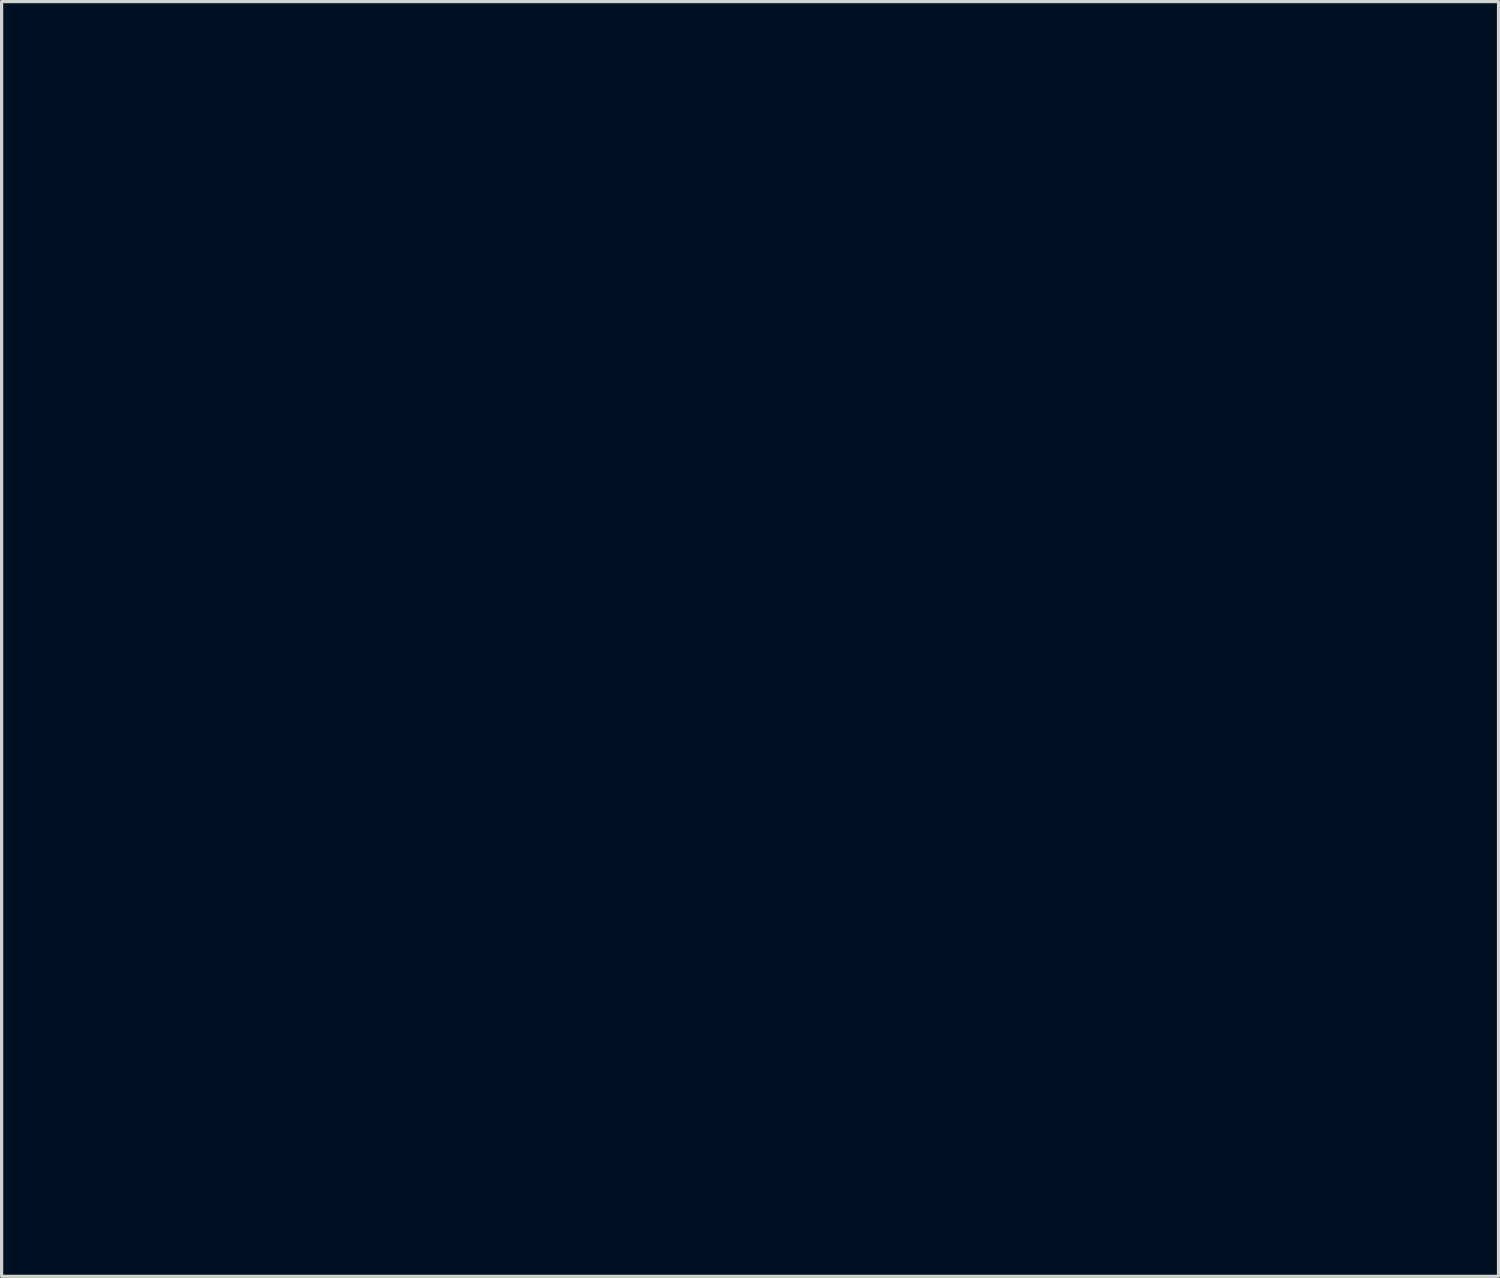
<source format=kicad_pcb>
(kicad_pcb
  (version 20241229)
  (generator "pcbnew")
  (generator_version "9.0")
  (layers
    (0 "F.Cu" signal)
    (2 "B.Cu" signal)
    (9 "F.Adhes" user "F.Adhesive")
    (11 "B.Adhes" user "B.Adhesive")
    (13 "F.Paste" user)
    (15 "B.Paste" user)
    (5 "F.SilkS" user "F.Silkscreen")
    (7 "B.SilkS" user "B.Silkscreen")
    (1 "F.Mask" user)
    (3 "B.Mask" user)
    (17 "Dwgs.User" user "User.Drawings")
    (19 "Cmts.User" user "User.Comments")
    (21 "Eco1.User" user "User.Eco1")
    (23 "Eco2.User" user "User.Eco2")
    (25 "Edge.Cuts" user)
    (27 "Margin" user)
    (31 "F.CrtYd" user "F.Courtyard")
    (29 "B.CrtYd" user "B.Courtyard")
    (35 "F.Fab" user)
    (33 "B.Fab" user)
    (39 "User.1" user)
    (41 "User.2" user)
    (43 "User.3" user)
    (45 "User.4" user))
  (footprint "SPIvSPI_SAO_Black_Mask_Knockout"
    (layer "F.Cu")
    (at 20.218 16.691)
    (property "Reference" "SPIvSPI_SAO_Black_Mask_Knockout" (at 0 0 0) (layer "F.Mask") (effects (font (size 1.524 1.524) (thickness 0.3))))
    (attr through_hole)
    (fp_poly (pts (xy -9.376 -13.108) (xy -9.095 -12.961) (xy -8.778 -12.769) (xy -8.458 -12.552) (xy -8.168 -12.329) (xy -8.037 -12.215) (xy -7.6 -11.739) (xy -7.319 -11.27) (xy -7.201 -10.816) (xy -7.197 -10.72) (xy -7.224 -10.45) (xy -7.294 -10.224) (xy -7.387 -10.093) (xy -7.432 -10.079) (xy -7.512 -10.142) (xy -7.661 -10.304) (xy -7.83 -10.509) (xy -8.054 -10.762) (xy -8.321 -11.019) (xy -8.595 -11.249) (xy -8.838 -11.423) (xy -9.015 -11.51) (xy -9.047 -11.515) (xy -9.147 -11.583) (xy -9.257 -11.746) (xy -9.257 -11.748) (xy -9.363 -11.988) (xy -9.474 -12.287) (xy -9.576 -12.6) (xy -9.656 -12.884) (xy -9.7 -13.096) (xy -9.698 -13.19) (xy -9.588 -13.191) (xy -9.376 -13.108)) (stroke (width 0.01) (type solid)) (fill yes) (layer "F.Mask"))
    (fp_poly (pts (xy -13.365 -12.13) (xy -13.145 -12.077) (xy -12.826 -11.99) (xy -12.439 -11.878) (xy -12.364 -11.856) (xy -11.928 -11.723) (xy -11.619 -11.618) (xy -11.399 -11.523) (xy -11.232 -11.416) (xy -11.081 -11.28) (xy -10.91 -11.095) (xy -10.902 -11.086) (xy -10.575 -10.674) (xy -10.314 -10.253) (xy -10.141 -9.862) (xy -10.076 -9.54) (xy -10.076 -9.53) (xy -10.123 -9.26) (xy -10.244 -9.001) (xy -10.405 -8.804) (xy -10.576 -8.721) (xy -10.585 -8.721) (xy -10.732 -8.779) (xy -10.942 -8.93) (xy -11.152 -9.123) (xy -11.407 -9.398) (xy -11.701 -9.738) (xy -12.018 -10.121) (xy -12.34 -10.525) (xy -12.651 -10.927) (xy -12.934 -11.306) (xy -13.171 -11.639) (xy -13.347 -11.905) (xy -13.444 -12.08) (xy -13.454 -12.141) (xy -13.365 -12.13)) (stroke (width 0.01) (type solid)) (fill yes) (layer "F.Mask"))
    (fp_poly (pts (xy 5.74 -11.645) (xy 5.705 -11.567) (xy 5.585 -11.379) (xy 5.393 -11.102) (xy 5.148 -10.763) (xy 4.97 -10.522) (xy 4.16 -9.44) (xy 4.937 -9.398) (xy 5.715 -9.356) (xy 3.175 -8.317) (xy 2.453 -8.023) (xy 1.873 -7.787) (xy 1.419 -7.605) (xy 1.076 -7.47) (xy 0.83 -7.377) (xy 0.665 -7.32) (xy 0.567 -7.294) (xy 0.519 -7.293) (xy 0.508 -7.309) (xy 0.569 -7.37) (xy 0.74 -7.524) (xy 1.002 -7.755) (xy 1.335 -8.045) (xy 1.722 -8.379) (xy 1.832 -8.473) (xy 3.156 -9.61) (xy 1.566 -9.697) (xy 2.032 -9.92) (xy 2.252 -10.025) (xy 2.593 -10.189) (xy 3.023 -10.396) (xy 3.51 -10.631) (xy 4.022 -10.877) (xy 4.098 -10.914) (xy 4.576 -11.142) (xy 5.001 -11.339) (xy 5.35 -11.495) (xy 5.6 -11.601) (xy 5.728 -11.645) (xy 5.74 -11.645)) (stroke (width 0.01) (type solid)) (fill yes) (layer "F.Mask"))
    (fp_poly (pts (xy -2.686 0.444) (xy -2.642 0.519) (xy -2.669 0.666) (xy -2.773 0.903) (xy -2.961 1.248) (xy -3.174 1.613) (xy -3.375 1.962) (xy -3.601 2.367) (xy -3.836 2.8) (xy -4.067 3.234) (xy -4.278 3.642) (xy -4.455 3.995) (xy -4.584 4.266) (xy -4.651 4.427) (xy -4.657 4.454) (xy -4.577 4.471) (xy -4.357 4.482) (xy -4.026 4.485) (xy -3.612 4.482) (xy -3.368 4.477) (xy -2.08 4.445) (xy -2.002 4.666) (xy -1.963 4.997) (xy -2.073 5.295) (xy -2.262 5.481) (xy -2.395 5.547) (xy -2.579 5.592) (xy -2.846 5.621) (xy -3.229 5.637) (xy -3.552 5.643) (xy -3.984 5.645) (xy -4.376 5.641) (xy -4.685 5.632) (xy -4.868 5.618) (xy -4.868 5.618) (xy -5.286 5.514) (xy -5.563 5.332) (xy -5.714 5.057) (xy -5.757 4.694) (xy -5.712 4.458) (xy -5.584 4.108) (xy -5.387 3.671) (xy -5.134 3.173) (xy -4.838 2.639) (xy -4.513 2.096) (xy -4.234 1.664) (xy -3.874 1.16) (xy -3.56 0.799) (xy -3.273 0.566) (xy -2.998 0.447) (xy -2.797 0.423) (xy -2.686 0.444)) (stroke (width 0.01) (type solid)) (fill yes) (layer "F.Mask"))
    (fp_poly (pts (xy 2.184 -16.671) (xy 2.371 -16.578) (xy 2.652 -16.422) (xy 3.004 -16.216) (xy 3.239 -16.073) (xy 3.745 -15.762) (xy 4.328 -15.404) (xy 4.922 -15.04) (xy 5.459 -14.711) (xy 5.535 -14.665) (xy 6.024 -14.358) (xy 6.365 -14.126) (xy 6.557 -13.97) (xy 6.6 -13.89) (xy 6.593 -13.885) (xy 6.456 -13.834) (xy 6.208 -13.757) (xy 5.905 -13.673) (xy 5.623 -13.591) (xy 5.419 -13.519) (xy 5.334 -13.471) (xy 5.334 -13.469) (xy 5.377 -13.372) (xy 5.484 -13.192) (xy 5.53 -13.122) (xy 5.788 -12.724) (xy 5.952 -12.449) (xy 6.029 -12.28) (xy 6.026 -12.206) (xy 5.997 -12.199) (xy 5.893 -12.243) (xy 5.668 -12.363) (xy 5.348 -12.544) (xy 4.956 -12.773) (xy 4.516 -13.036) (xy 4.469 -13.065) (xy 4.037 -13.332) (xy 3.665 -13.571) (xy 3.373 -13.768) (xy 3.182 -13.91) (xy 3.113 -13.981) (xy 3.114 -13.985) (xy 3.224 -14.02) (xy 3.453 -14.051) (xy 3.74 -14.072) (xy 4.304 -14.097) (xy 3.21 -15.353) (xy 2.874 -15.743) (xy 2.58 -16.091) (xy 2.344 -16.378) (xy 2.184 -16.581) (xy 2.118 -16.681) (xy 2.117 -16.686) (xy 2.184 -16.671)) (stroke (width 0.01) (type solid)) (fill yes) (layer "F.Mask"))
    (fp_poly (pts (xy 9.761 1.171) (xy 9.886 1.369) (xy 9.906 1.533) (xy 9.886 1.669) (xy 9.829 1.947) (xy 9.74 2.347) (xy 9.625 2.847) (xy 9.487 3.425) (xy 9.332 4.06) (xy 9.234 4.458) (xy 8.561 7.154) (xy 8.81 7.351) (xy 8.998 7.58) (xy 9.07 7.845) (xy 9.04 8.11) (xy 8.924 8.339) (xy 8.736 8.495) (xy 8.492 8.541) (xy 8.34 8.507) (xy 8.225 8.47) (xy 7.99 8.398) (xy 7.676 8.303) (xy 7.514 8.255) (xy 7.093 8.115) (xy 6.818 7.983) (xy 6.669 7.835) (xy 6.626 7.649) (xy 6.668 7.404) (xy 6.682 7.355) (xy 6.836 7.051) (xy 7.069 6.895) (xy 7.367 6.888) (xy 7.601 6.935) (xy 8.076 5.035) (xy 8.211 4.493) (xy 8.331 4.008) (xy 8.431 3.602) (xy 8.504 3.3) (xy 8.545 3.125) (xy 8.551 3.092) (xy 8.478 3.06) (xy 8.311 3.048) (xy 8.09 2.977) (xy 7.943 2.791) (xy 7.88 2.537) (xy 7.913 2.257) (xy 8.04 2.013) (xy 8.204 1.856) (xy 8.459 1.666) (xy 8.763 1.468) (xy 9.071 1.29) (xy 9.338 1.159) (xy 9.521 1.101) (xy 9.534 1.101) (xy 9.761 1.171)) (stroke (width 0.01) (type solid)) (fill yes) (layer "F.Mask"))
    (fp_poly (pts (xy 12.188 -15.461) (xy 12.192 -15.433) (xy 12.139 -15.353) (xy 11.99 -15.166) (xy 11.762 -14.891) (xy 11.472 -14.547) (xy 11.137 -14.153) (xy 10.773 -13.729) (xy 10.397 -13.295) (xy 10.025 -12.868) (xy 9.675 -12.469) (xy 9.363 -12.118) (xy 9.106 -11.832) (xy 8.921 -11.632) (xy 8.824 -11.537) (xy 8.816 -11.532) (xy 8.775 -11.599) (xy 8.728 -11.797) (xy 8.683 -12.09) (xy 8.668 -12.228) (xy 8.594 -12.948) (xy 7.973 -12.477) (xy 7.699 -12.276) (xy 7.478 -12.126) (xy 7.343 -12.048) (xy 7.317 -12.043) (xy 7.345 -12.124) (xy 7.444 -12.332) (xy 7.602 -12.643) (xy 7.808 -13.037) (xy 8.051 -13.49) (xy 8.144 -13.662) (xy 8.431 -14.179) (xy 8.674 -14.598) (xy 8.866 -14.907) (xy 8.998 -15.092) (xy 9.062 -15.14) (xy 9.065 -15.137) (xy 9.103 -15.007) (xy 9.154 -14.756) (xy 9.21 -14.43) (xy 9.229 -14.309) (xy 9.281 -13.975) (xy 9.328 -13.708) (xy 9.363 -13.55) (xy 9.37 -13.528) (xy 9.446 -13.557) (xy 9.635 -13.673) (xy 9.916 -13.862) (xy 10.267 -14.11) (xy 10.668 -14.403) (xy 10.693 -14.421) (xy 11.181 -14.782) (xy 11.549 -15.053) (xy 11.815 -15.246) (xy 11.996 -15.373) (xy 12.107 -15.443) (xy 12.165 -15.469) (xy 12.188 -15.461)) (stroke (width 0.01) (type solid)) (fill yes) (layer "F.Mask"))
    (fp_poly (pts (xy 12.214 3.798) (xy 12.494 3.969) (xy 12.832 4.271) (xy 12.928 4.367) (xy 13.176 4.641) (xy 13.339 4.897) (xy 13.434 5.183) (xy 13.481 5.55) (xy 13.496 5.921) (xy 13.495 6.19) (xy 13.47 6.33) (xy 13.403 6.384) (xy 13.293 6.392) (xy 13.196 6.385) (xy 13.116 6.347) (xy 13.035 6.252) (xy 12.933 6.072) (xy 12.793 5.782) (xy 12.667 5.512) (xy 12.525 5.308) (xy 12.399 5.195) (xy 12.27 5.135) (xy 12.142 5.158) (xy 11.954 5.279) (xy 11.933 5.295) (xy 11.615 5.599) (xy 11.313 6.009) (xy 11.066 6.463) (xy 10.915 6.899) (xy 10.866 7.405) (xy 10.954 7.847) (xy 11.173 8.201) (xy 11.227 8.255) (xy 11.478 8.427) (xy 11.768 8.492) (xy 12.14 8.455) (xy 12.335 8.409) (xy 12.613 8.344) (xy 12.79 8.332) (xy 12.924 8.374) (xy 13.003 8.421) (xy 13.207 8.651) (xy 13.288 8.972) (xy 13.279 9.151) (xy 13.176 9.313) (xy 12.942 9.45) (xy 12.616 9.555) (xy 12.234 9.622) (xy 11.834 9.643) (xy 11.455 9.61) (xy 11.218 9.55) (xy 10.741 9.299) (xy 10.363 8.926) (xy 10.09 8.448) (xy 9.926 7.885) (xy 9.877 7.254) (xy 9.948 6.573) (xy 10.144 5.862) (xy 10.164 5.808) (xy 10.318 5.473) (xy 10.539 5.09) (xy 10.796 4.702) (xy 11.059 4.354) (xy 11.298 4.089) (xy 11.41 3.993) (xy 11.702 3.818) (xy 11.96 3.75) (xy 12.214 3.798)) (stroke (width 0.01) (type solid)) (fill yes) (layer "F.Mask"))
    (fp_poly (pts (xy 6.158 0.085) (xy 6.452 0.272) (xy 6.75 0.544) (xy 6.983 0.785) (xy 7.117 0.962) (xy 7.179 1.125) (xy 7.196 1.324) (xy 7.197 1.384) (xy 7.143 1.731) (xy 7.001 1.976) (xy 6.799 2.105) (xy 6.567 2.103) (xy 6.333 1.956) (xy 6.247 1.854) (xy 6.048 1.64) (xy 5.825 1.474) (xy 5.809 1.465) (xy 5.564 1.338) (xy 4.989 1.936) (xy 4.481 2.559) (xy 4.055 3.268) (xy 3.729 4.024) (xy 3.522 4.785) (xy 3.452 5.417) (xy 3.491 5.795) (xy 3.637 6.05) (xy 3.902 6.199) (xy 4.032 6.23) (xy 4.393 6.214) (xy 4.758 6.037) (xy 5.113 5.707) (xy 5.276 5.496) (xy 5.599 5.038) (xy 5.318 5.009) (xy 5.078 5.012) (xy 4.758 5.048) (xy 4.539 5.087) (xy 4.257 5.142) (xy 4.091 5.151) (xy 3.993 5.112) (xy 3.925 5.036) (xy 3.851 4.851) (xy 3.812 4.592) (xy 3.81 4.529) (xy 3.883 4.173) (xy 4.099 3.902) (xy 4.45 3.718) (xy 4.933 3.623) (xy 5.54 3.62) (xy 5.865 3.651) (xy 6.321 3.716) (xy 6.635 3.787) (xy 6.835 3.875) (xy 6.948 3.991) (xy 6.992 4.104) (xy 7.015 4.369) (xy 6.978 4.657) (xy 6.896 4.895) (xy 6.827 4.986) (xy 6.738 5.102) (xy 6.604 5.329) (xy 6.447 5.621) (xy 6.405 5.706) (xy 6.037 6.331) (xy 5.613 6.845) (xy 5.149 7.239) (xy 4.661 7.501) (xy 4.167 7.622) (xy 3.682 7.591) (xy 3.471 7.525) (xy 3.079 7.284) (xy 2.784 6.918) (xy 2.586 6.443) (xy 2.486 5.875) (xy 2.485 5.229) (xy 2.583 4.52) (xy 2.781 3.763) (xy 3.08 2.975) (xy 3.263 2.582) (xy 3.633 1.908) (xy 4.033 1.308) (xy 4.447 0.803) (xy 4.858 0.409) (xy 5.252 0.144) (xy 5.555 0.035) (xy 5.872 0.012) (xy 6.158 0.085)) (stroke (width 0.01) (type solid)) (fill yes) (layer "F.Mask"))
    (fp_poly (pts (xy -5.814 6.52) (xy -5.422 6.548) (xy -5.03 6.603) (xy -4.679 6.68) (xy -4.445 6.761) (xy -3.899 7.082) (xy -3.496 7.487) (xy -3.24 7.971) (xy -3.135 8.528) (xy -3.133 8.635) (xy -3.179 9.162) (xy -3.326 9.569) (xy -3.581 9.884) (xy -3.613 9.911) (xy -3.861 10.116) (xy -3.581 10.652) (xy -3.419 10.997) (xy -3.333 11.287) (xy -3.303 11.606) (xy -3.302 11.721) (xy -3.344 12.163) (xy -3.477 12.477) (xy -3.717 12.685) (xy -3.962 12.781) (xy -4.253 12.849) (xy -4.477 12.853) (xy -4.729 12.79) (xy -4.839 12.751) (xy -5.287 12.548) (xy -5.75 12.263) (xy -6.191 11.928) (xy -6.571 11.573) (xy -6.853 11.229) (xy -6.952 11.053) (xy -7.067 10.654) (xy -7.075 10.546) (xy -6.145 10.546) (xy -6.142 10.761) (xy -6.117 10.85) (xy -5.95 10.968) (xy -5.677 11.114) (xy -5.351 11.263) (xy -5.023 11.395) (xy -4.746 11.486) (xy -4.587 11.514) (xy -4.4 11.501) (xy -4.341 11.44) (xy -4.362 11.324) (xy -4.549 10.941) (xy -4.875 10.557) (xy -5.315 10.201) (xy -5.471 10.101) (xy -6.054 9.746) (xy -6.121 10.263) (xy -6.145 10.546) (xy -7.075 10.546) (xy -7.106 10.121) (xy -7.069 9.449) (xy -6.985 8.805) (xy -6.972 8.716) (xy -5.881 8.716) (xy -5.797 8.82) (xy -5.605 8.916) (xy -5.234 9.061) (xy -4.969 9.13) (xy -4.767 9.13) (xy -4.585 9.066) (xy -4.562 9.054) (xy -4.355 8.861) (xy -4.29 8.6) (xy -4.375 8.304) (xy -4.405 8.252) (xy -4.624 8.013) (xy -4.945 7.797) (xy -5.299 7.645) (xy -5.499 7.602) (xy -5.63 7.606) (xy -5.705 7.684) (xy -5.756 7.879) (xy -5.77 7.959) (xy -5.82 8.248) (xy -5.866 8.504) (xy -5.876 8.562) (xy -5.881 8.716) (xy -6.972 8.716) (xy -6.916 8.357) (xy -6.843 7.879) (xy -6.781 7.459) (xy -6.767 7.366) (xy -6.71 7.043) (xy -6.645 6.779) (xy -6.585 6.625) (xy -6.579 6.616) (xy -6.434 6.551) (xy -6.165 6.52) (xy -5.814 6.52)) (stroke (width 0.01) (type solid)) (fill yes) (layer "F.Mask"))
    (fp_poly (pts (xy 10.563 9.955) (xy 11.002 10.022) (xy 11.429 10.117) (xy 11.789 10.23) (xy 11.853 10.257) (xy 12.236 10.474) (xy 12.577 10.758) (xy 12.844 11.074) (xy 13.005 11.388) (xy 13.039 11.579) (xy 12.982 11.833) (xy 12.833 12.149) (xy 12.625 12.472) (xy 12.39 12.748) (xy 12.254 12.867) (xy 12.077 13.009) (xy 11.993 13.102) (xy 12.004 13.123) (xy 12.132 13.199) (xy 12.243 13.389) (xy 12.315 13.641) (xy 12.328 13.898) (xy 12.32 13.953) (xy 12.218 14.186) (xy 12.005 14.481) (xy 11.711 14.805) (xy 11.367 15.13) (xy 11.002 15.422) (xy 10.666 15.642) (xy 10.277 15.836) (xy 9.815 16.025) (xy 9.329 16.194) (xy 8.865 16.326) (xy 8.47 16.407) (xy 8.262 16.425) (xy 8.009 16.412) (xy 7.868 16.354) (xy 7.78 16.227) (xy 7.774 16.215) (xy 7.745 16.113) (xy 7.74 15.973) (xy 7.761 15.776) (xy 7.813 15.507) (xy 7.9 15.151) (xy 7.913 15.106) (xy 9.144 15.106) (xy 9.193 15.15) (xy 9.351 15.136) (xy 9.635 15.06) (xy 9.956 14.955) (xy 10.476 14.762) (xy 10.884 14.578) (xy 11.161 14.41) (xy 11.29 14.269) (xy 11.291 14.268) (xy 11.273 14.112) (xy 11.111 13.978) (xy 10.828 13.875) (xy 10.449 13.814) (xy 10.152 13.801) (xy 9.509 13.801) (xy 9.326 14.428) (xy 9.24 14.733) (xy 9.175 14.97) (xy 9.145 15.097) (xy 9.144 15.106) (xy 7.913 15.106) (xy 8.026 14.691) (xy 8.194 14.112) (xy 8.407 13.396) (xy 8.554 12.912) (xy 8.679 12.5) (xy 9.994 12.5) (xy 10 12.63) (xy 10.019 12.649) (xy 10.184 12.669) (xy 10.451 12.653) (xy 10.76 12.609) (xy 11.05 12.545) (xy 11.218 12.49) (xy 11.459 12.348) (xy 11.679 12.159) (xy 11.815 11.979) (xy 11.836 11.819) (xy 11.805 11.708) (xy 11.634 11.462) (xy 11.329 11.266) (xy 10.922 11.14) (xy 10.82 11.124) (xy 10.436 11.071) (xy 10.178 11.839) (xy 10.053 12.24) (xy 9.994 12.5) (xy 8.679 12.5) (xy 8.716 12.378) (xy 8.871 11.864) (xy 9.008 11.404) (xy 9.117 11.036) (xy 9.186 10.795) (xy 9.315 10.41) (xy 9.458 10.16) (xy 9.643 10.013) (xy 9.882 9.939) (xy 10.171 9.924) (xy 10.563 9.955)) (stroke (width 0.01) (type solid)) (fill yes) (layer "F.Mask"))
    (fp_poly (pts (xy 2.55 -0.886) (xy 2.745 -0.769) (xy 2.948 -0.629) (xy 2.926 -0.55) (xy 2.844 -0.362) (xy 2.719 -0.103) (xy 2.715 -0.096) (xy 2.58 0.18) (xy 2.512 0.371) (xy 2.503 0.542) (xy 2.545 0.756) (xy 2.583 0.904) (xy 2.68 1.418) (xy 2.701 1.955) (xy 2.645 2.564) (xy 2.577 2.975) (xy 2.361 3.935) (xy 2.102 4.753) (xy 1.801 5.423) (xy 1.461 5.939) (xy 1.085 6.298) (xy 0.923 6.397) (xy 0.604 6.492) (xy 0.208 6.513) (xy -0.189 6.459) (xy -0.384 6.397) (xy -0.677 6.274) (xy -0.868 6.608) (xy -0.999 6.808) (xy -1.11 6.926) (xy -1.143 6.939) (xy -1.257 6.886) (xy -1.43 6.758) (xy -1.467 6.726) (xy -1.707 6.516) (xy -1.483 6.133) (xy -1.259 5.75) (xy -1.413 5.352) (xy -1.46 5.159) (xy 0 5.159) (xy 0.074 5.219) (xy 0.256 5.249) (xy 0.288 5.249) (xy 0.52 5.21) (xy 0.725 5.07) (xy 0.829 4.96) (xy 1.098 4.552) (xy 1.328 3.986) (xy 1.518 3.259) (xy 1.568 3.011) (xy 1.644 2.562) (xy 1.674 2.274) (xy 1.656 2.144) (xy 1.588 2.169) (xy 1.468 2.346) (xy 1.318 2.625) (xy 1.14 2.969) (xy 0.912 3.399) (xy 0.668 3.852) (xy 0.498 4.164) (xy 0.306 4.52) (xy 0.148 4.826) (xy 0.041 5.049) (xy 0.00002 5.158) (xy 0 5.159) (xy -1.46 5.159) (xy -1.51 4.96) (xy -1.555 4.461) (xy -1.552 4.161) (xy -0.565 4.161) (xy -0.536 4.348) (xy -0.477 4.403) (xy -0.424 4.333) (xy -0.307 4.146) (xy -0.144 3.869) (xy 0.022 3.577) (xy 0.418 2.866) (xy 0.733 2.288) (xy 0.972 1.831) (xy 1.142 1.482) (xy 1.249 1.228) (xy 1.297 1.058) (xy 1.294 0.959) (xy 1.27 0.93) (xy 1.044 0.873) (xy 0.78 0.958) (xy 0.497 1.167) (xy 0.219 1.483) (xy -0.034 1.889) (xy -0.087 1.996) (xy -0.218 2.32) (xy -0.336 2.702) (xy -0.435 3.109) (xy -0.509 3.509) (xy -0.554 3.871) (xy -0.565 4.161) (xy -1.552 4.161) (xy -1.548 3.907) (xy -1.49 3.353) (xy -1.411 2.963) (xy -1.13 2.141) (xy -0.73 1.362) (xy -0.239 0.673) (xy -0.011 0.422) (xy 0.405 0.041) (xy 0.774 -0.199) (xy 1.122 -0.307) (xy 1.475 -0.295) (xy 1.635 -0.256) (xy 1.846 -0.201) (xy 1.974 -0.181) (xy 1.988 -0.185) (xy 2.036 -0.27) (xy 2.133 -0.455) (xy 2.193 -0.572) (xy 2.311 -0.783) (xy 2.408 -0.912) (xy 2.438 -0.931) (xy 2.55 -0.886)) (stroke (width 0.01) (type solid)) (fill yes) (layer "F.Mask"))
    (fp_poly (pts (xy 1.682 7.739) (xy 1.989 8.045) (xy 1.759 8.455) (xy 1.625 8.716) (xy 1.575 8.906) (xy 1.594 9.09) (xy 1.611 9.152) (xy 1.692 9.635) (xy 1.704 10.236) (xy 1.652 10.918) (xy 1.544 11.649) (xy 1.385 12.395) (xy 1.182 13.119) (xy 0.943 13.79) (xy 0.672 14.371) (xy 0.581 14.532) (xy 0.241 14.979) (xy -0.154 15.287) (xy -0.585 15.45) (xy -1.032 15.456) (xy -1.212 15.412) (xy -1.439 15.309) (xy -1.689 15.153) (xy -1.727 15.125) (xy -2.003 14.915) (xy -2.149 15.162) (xy -2.265 15.329) (xy -2.353 15.408) (xy -2.359 15.409) (xy -2.439 15.346) (xy -2.578 15.182) (xy -2.693 15.026) (xy -2.963 14.643) (xy -2.754 14.328) (xy -2.631 14.128) (xy -2.59 13.981) (xy -2.611 13.866) (xy -1.203 13.866) (xy -1.185 13.904) (xy -1.152 13.932) (xy -1.134 13.945) (xy -0.875 14.044) (xy -0.608 14.007) (xy -0.505 13.946) (xy -0.238 13.653) (xy 0.002 13.213) (xy 0.218 12.623) (xy 0.412 11.876) (xy 0.584 10.968) (xy 0.638 10.626) (xy 0.649 10.503) (xy 0.62 10.497) (xy 0.536 10.621) (xy 0.436 10.795) (xy 0.011 11.543) (xy -0.337 12.157) (xy -0.615 12.651) (xy -0.831 13.039) (xy -0.99 13.335) (xy -1.1 13.551) (xy -1.168 13.703) (xy -1.2 13.803) (xy -1.203 13.866) (xy -2.611 13.866) (xy -2.622 13.808) (xy -2.683 13.631) (xy -2.763 13.303) (xy -2.821 12.852) (xy -2.853 12.366) (xy -1.827 12.366) (xy -1.814 12.567) (xy -1.813 12.574) (xy -1.779 12.671) (xy -1.733 12.686) (xy -1.652 12.602) (xy -1.517 12.4) (xy -1.401 12.216) (xy -1.235 11.94) (xy -1.01 11.557) (xy -0.751 11.109) (xy -0.481 10.635) (xy -0.338 10.382) (xy -0.081 9.922) (xy 0.1 9.587) (xy 0.215 9.354) (xy 0.274 9.201) (xy 0.284 9.105) (xy 0.254 9.043) (xy 0.211 9.006) (xy -0.076 8.894) (xy -0.402 8.923) (xy -0.723 9.087) (xy -0.785 9.138) (xy -1.066 9.455) (xy -1.327 9.874) (xy -1.531 10.33) (xy -1.597 10.541) (xy -1.666 10.86) (xy -1.728 11.248) (xy -1.779 11.66) (xy -1.814 12.048) (xy -1.827 12.366) (xy -2.853 12.366) (xy -2.856 12.322) (xy -2.866 11.76) (xy -2.851 11.21) (xy -2.808 10.716) (xy -2.76 10.414) (xy -2.555 9.717) (xy -2.255 9.072) (xy -1.878 8.507) (xy -1.444 8.051) (xy -0.973 7.732) (xy -0.913 7.704) (xy -0.435 7.563) (xy 0.068 7.544) (xy 0.538 7.647) (xy 0.729 7.737) (xy 1.078 7.936) (xy 1.227 7.684) (xy 1.375 7.432) (xy 1.682 7.739)) (stroke (width 0.01) (type solid)) (fill yes) (layer "F.Mask"))
    (fp_poly (pts (xy 4.293 8.824) (xy 4.441 8.892) (xy 4.548 9.023) (xy 4.615 9.234) (xy 4.645 9.541) (xy 4.641 9.958) (xy 4.604 10.503) (xy 4.536 11.19) (xy 4.483 11.656) (xy 4.408 12.32) (xy 4.357 12.822) (xy 4.335 13.17) (xy 4.344 13.372) (xy 4.389 13.433) (xy 4.474 13.362) (xy 4.603 13.165) (xy 4.697 12.996) (xy 5.927 12.996) (xy 5.969 13.039) (xy 6.011 12.996) (xy 5.969 12.954) (xy 5.927 12.996) (xy 4.697 12.996) (xy 4.779 12.85) (xy 4.953 12.522) (xy 5.201 12.047) (xy 5.455 11.547) (xy 5.688 11.078) (xy 5.873 10.694) (xy 5.896 10.645) (xy 6.124 10.167) (xy 6.31 9.826) (xy 6.469 9.599) (xy 6.618 9.467) (xy 6.776 9.408) (xy 6.898 9.398) (xy 7.121 9.439) (xy 7.286 9.569) (xy 7.394 9.801) (xy 7.446 10.146) (xy 7.445 10.617) (xy 7.391 11.225) (xy 7.288 11.982) (xy 7.275 12.065) (xy 7.204 12.606) (xy 7.141 13.259) (xy 7.09 13.968) (xy 7.056 14.676) (xy 7.053 14.772) (xy 7.003 16.378) (xy 6.767 16.614) (xy 6.511 16.797) (xy 6.225 16.849) (xy 6.008 16.827) (xy 5.882 16.73) (xy 5.798 16.561) (xy 5.748 16.403) (xy 5.721 16.204) (xy 5.716 15.93) (xy 5.732 15.547) (xy 5.756 15.185) (xy 5.791 14.719) (xy 5.829 14.264) (xy 5.865 13.874) (xy 5.892 13.61) (xy 5.916 13.35) (xy 5.917 13.173) (xy 5.902 13.123) (xy 5.851 13.186) (xy 5.733 13.376) (xy 5.547 13.698) (xy 5.291 14.156) (xy 4.961 14.755) (xy 4.556 15.498) (xy 4.467 15.663) (xy 4.292 15.958) (xy 4.107 16.227) (xy 3.997 16.362) (xy 3.756 16.536) (xy 3.499 16.594) (xy 3.277 16.529) (xy 3.234 16.493) (xy 3.193 16.366) (xy 3.163 16.099) (xy 3.145 15.719) (xy 3.14 15.256) (xy 3.146 14.739) (xy 3.166 14.194) (xy 3.198 13.652) (xy 3.21 13.504) (xy 3.236 13.166) (xy 3.254 12.901) (xy 3.261 12.746) (xy 3.26 12.722) (xy 3.224 12.786) (xy 3.139 12.978) (xy 3.015 13.269) (xy 2.864 13.631) (xy 2.699 14.035) (xy 2.531 14.451) (xy 2.372 14.85) (xy 2.233 15.204) (xy 2.128 15.483) (xy 2.096 15.571) (xy 1.925 15.962) (xy 1.739 16.228) (xy 1.677 16.282) (xy 1.51 16.391) (xy 1.389 16.397) (xy 1.233 16.309) (xy 1.106 16.188) (xy 1.032 16.015) (xy 1.013 15.776) (xy 1.051 15.46) (xy 1.15 15.053) (xy 1.313 14.542) (xy 1.543 13.916) (xy 1.843 13.161) (xy 2.138 12.446) (xy 2.353 11.929) (xy 2.573 11.391) (xy 2.776 10.884) (xy 2.944 10.459) (xy 2.999 10.316) (xy 3.159 9.926) (xy 3.332 9.555) (xy 3.49 9.26) (xy 3.56 9.152) (xy 3.737 8.936) (xy 3.895 8.833) (xy 4.091 8.805) (xy 4.102 8.805) (xy 4.293 8.824)) (stroke (width 0.01) (type solid)) (fill yes) (layer "F.Mask")))
  (gr_rect
    (start -3 -3)
    (end 43.437 36.544)
    (stroke (width 0.1) (type default))
    (fill no)
    (layer "Edge.Cuts")))
</source>
